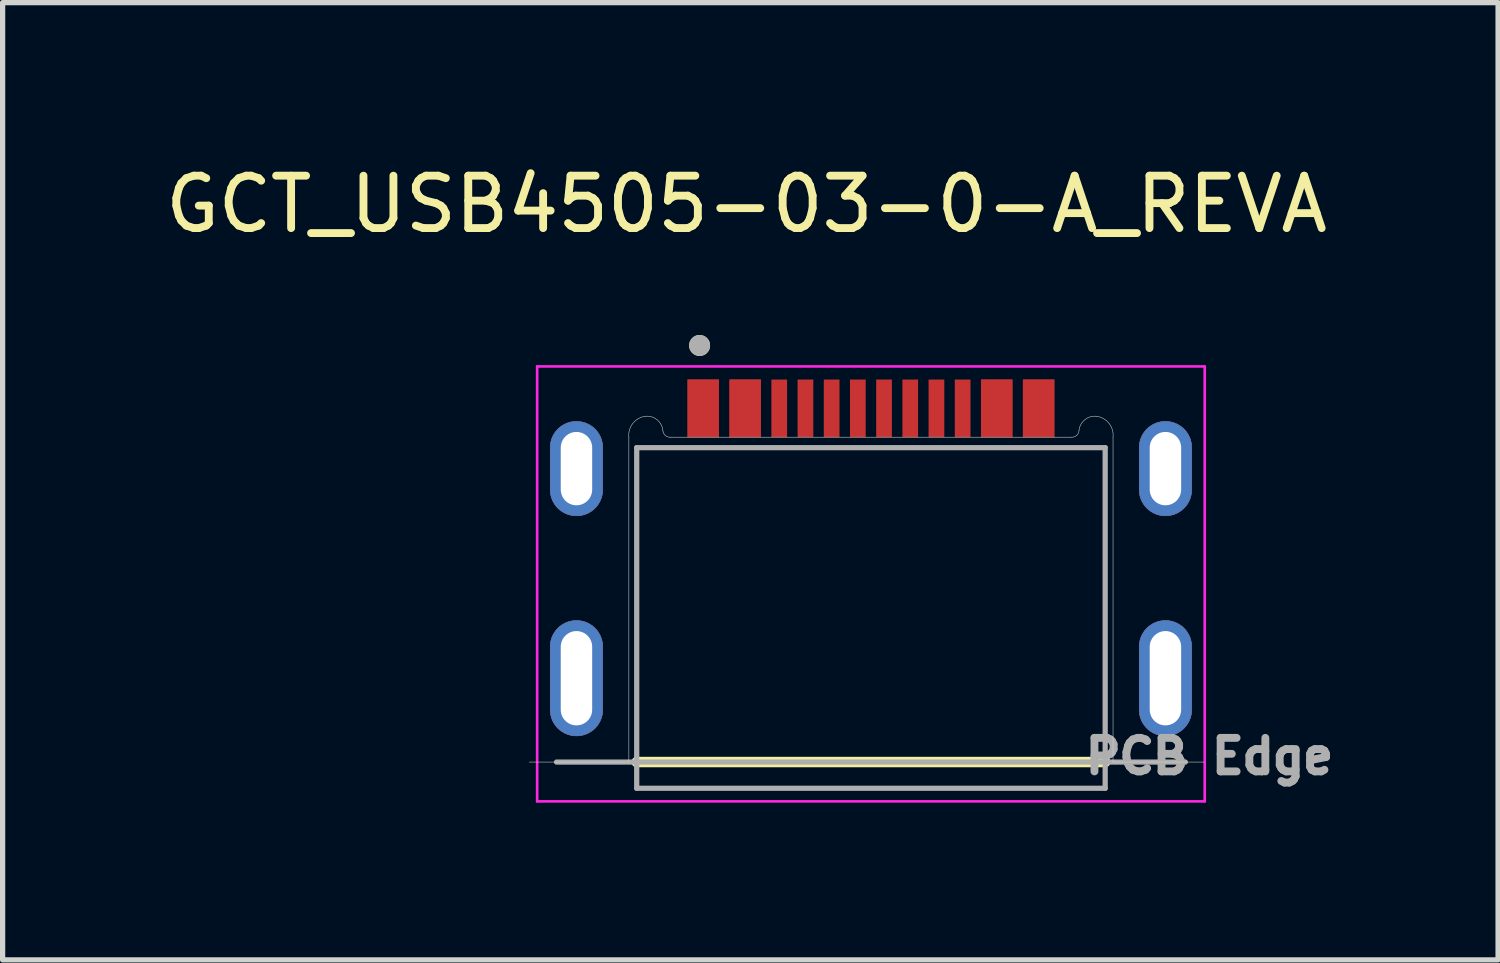
<source format=kicad_pcb>
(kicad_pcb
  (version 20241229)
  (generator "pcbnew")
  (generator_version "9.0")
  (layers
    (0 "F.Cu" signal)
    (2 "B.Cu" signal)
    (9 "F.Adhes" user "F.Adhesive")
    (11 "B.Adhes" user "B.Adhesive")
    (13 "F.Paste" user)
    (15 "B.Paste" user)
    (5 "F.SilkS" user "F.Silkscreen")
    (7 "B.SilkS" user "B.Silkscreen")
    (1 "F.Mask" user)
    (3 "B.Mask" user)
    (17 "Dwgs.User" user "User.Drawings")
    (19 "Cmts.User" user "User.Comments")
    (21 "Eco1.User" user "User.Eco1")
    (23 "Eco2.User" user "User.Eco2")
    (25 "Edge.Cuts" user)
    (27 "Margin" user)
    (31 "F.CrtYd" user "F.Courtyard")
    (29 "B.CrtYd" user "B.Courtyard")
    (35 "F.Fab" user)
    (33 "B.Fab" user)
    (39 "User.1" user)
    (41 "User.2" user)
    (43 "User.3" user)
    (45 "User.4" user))
  (footprint "GCT_USB4505-03-0-A_REVA"
    (layer "F.Cu")
    (at 13.571 9.893)
    (property "Reference" "GCT_USB4505-03-0-A_REVA" (at -2.375 -9.045 0) (layer "F.SilkS") (effects (font (size 1 1) (thickness 0.15))))
    (attr smd)
    (fp_poly (pts (xy -5.62 -3.1) (xy -5.646 -3.101) (xy -5.672 -3.103) (xy -5.698 -3.106) (xy -5.724 -3.111) (xy -5.749 -3.117) (xy -5.775 -3.124) (xy -5.799 -3.133) (xy -5.823 -3.143) (xy -5.847 -3.154) (xy -5.87 -3.167) (xy -5.892 -3.181) (xy -5.914 -3.195) (xy -5.935 -3.211) (xy -5.955 -3.228) (xy -5.974 -3.246) (xy -5.992 -3.265) (xy -6.009 -3.285) (xy -6.025 -3.306) (xy -6.039 -3.328) (xy -6.053 -3.35) (xy -6.066 -3.373) (xy -6.077 -3.397) (xy -6.087 -3.421) (xy -6.096 -3.445) (xy -6.103 -3.471) (xy -6.109 -3.496) (xy -6.114 -3.522) (xy -6.117 -3.548) (xy -6.119 -3.574) (xy -6.12 -3.6) (xy -6.12 -4.4) (xy -6.119 -4.426) (xy -6.117 -4.452) (xy -6.114 -4.478) (xy -6.109 -4.504) (xy -6.103 -4.529) (xy -6.096 -4.555) (xy -6.087 -4.579) (xy -6.077 -4.603) (xy -6.066 -4.627) (xy -6.053 -4.65) (xy -6.039 -4.672) (xy -6.025 -4.694) (xy -6.009 -4.715) (xy -5.992 -4.735) (xy -5.974 -4.754) (xy -5.955 -4.772) (xy -5.935 -4.789) (xy -5.914 -4.805) (xy -5.892 -4.819) (xy -5.87 -4.833) (xy -5.847 -4.846) (xy -5.823 -4.857) (xy -5.799 -4.867) (xy -5.775 -4.876) (xy -5.749 -4.883) (xy -5.724 -4.889) (xy -5.698 -4.894) (xy -5.672 -4.897) (xy -5.646 -4.899) (xy -5.62 -4.9) (xy -5.594 -4.899) (xy -5.568 -4.897) (xy -5.542 -4.894) (xy -5.516 -4.889) (xy -5.491 -4.883) (xy -5.465 -4.876) (xy -5.441 -4.867) (xy -5.417 -4.857) (xy -5.393 -4.846) (xy -5.37 -4.833) (xy -5.348 -4.819) (xy -5.326 -4.805) (xy -5.305 -4.789) (xy -5.285 -4.772) (xy -5.266 -4.754) (xy -5.248 -4.735) (xy -5.231 -4.715) (xy -5.215 -4.694) (xy -5.201 -4.672) (xy -5.187 -4.65) (xy -5.174 -4.627) (xy -5.163 -4.603) (xy -5.153 -4.579) (xy -5.144 -4.555) (xy -5.137 -4.529) (xy -5.131 -4.504) (xy -5.126 -4.478) (xy -5.123 -4.452) (xy -5.121 -4.426) (xy -5.12 -4.4) (xy -5.12 -3.6) (xy -5.121 -3.574) (xy -5.123 -3.548) (xy -5.126 -3.522) (xy -5.131 -3.496) (xy -5.137 -3.471) (xy -5.144 -3.445) (xy -5.153 -3.421) (xy -5.163 -3.397) (xy -5.174 -3.373) (xy -5.187 -3.35) (xy -5.201 -3.328) (xy -5.215 -3.306) (xy -5.231 -3.285) (xy -5.248 -3.265) (xy -5.266 -3.246) (xy -5.285 -3.228) (xy -5.305 -3.211) (xy -5.326 -3.195) (xy -5.348 -3.181) (xy -5.37 -3.167) (xy -5.393 -3.154) (xy -5.417 -3.143) (xy -5.441 -3.133) (xy -5.465 -3.124) (xy -5.491 -3.117) (xy -5.516 -3.111) (xy -5.542 -3.106) (xy -5.568 -3.103) (xy -5.594 -3.101) (xy -5.62 -3.1)) (stroke (width 0.01) (type solid)) (fill yes) (layer "F.Cu"))
    (fp_poly (pts (xy -5.62 1.1) (xy -5.646 1.099) (xy -5.672 1.097) (xy -5.698 1.094) (xy -5.724 1.089) (xy -5.749 1.083) (xy -5.775 1.076) (xy -5.799 1.067) (xy -5.823 1.057) (xy -5.847 1.046) (xy -5.87 1.033) (xy -5.892 1.019) (xy -5.914 1.005) (xy -5.935 0.989) (xy -5.955 0.972) (xy -5.974 0.954) (xy -5.992 0.935) (xy -6.009 0.915) (xy -6.025 0.894) (xy -6.039 0.872) (xy -6.053 0.85) (xy -6.066 0.827) (xy -6.077 0.803) (xy -6.087 0.779) (xy -6.096 0.755) (xy -6.103 0.729) (xy -6.109 0.704) (xy -6.114 0.678) (xy -6.117 0.652) (xy -6.119 0.626) (xy -6.12 0.6) (xy -6.12 -0.6) (xy -6.119 -0.626) (xy -6.117 -0.652) (xy -6.114 -0.678) (xy -6.109 -0.704) (xy -6.103 -0.729) (xy -6.096 -0.755) (xy -6.087 -0.779) (xy -6.077 -0.803) (xy -6.066 -0.827) (xy -6.053 -0.85) (xy -6.039 -0.872) (xy -6.025 -0.894) (xy -6.009 -0.915) (xy -5.992 -0.935) (xy -5.974 -0.954) (xy -5.955 -0.972) (xy -5.935 -0.989) (xy -5.914 -1.005) (xy -5.892 -1.019) (xy -5.87 -1.033) (xy -5.847 -1.046) (xy -5.823 -1.057) (xy -5.799 -1.067) (xy -5.775 -1.076) (xy -5.749 -1.083) (xy -5.724 -1.089) (xy -5.698 -1.094) (xy -5.672 -1.097) (xy -5.646 -1.099) (xy -5.62 -1.1) (xy -5.594 -1.099) (xy -5.568 -1.097) (xy -5.542 -1.094) (xy -5.516 -1.089) (xy -5.491 -1.083) (xy -5.465 -1.076) (xy -5.441 -1.067) (xy -5.417 -1.057) (xy -5.393 -1.046) (xy -5.37 -1.033) (xy -5.348 -1.019) (xy -5.326 -1.005) (xy -5.305 -0.989) (xy -5.285 -0.972) (xy -5.266 -0.954) (xy -5.248 -0.935) (xy -5.231 -0.915) (xy -5.215 -0.894) (xy -5.201 -0.872) (xy -5.187 -0.85) (xy -5.174 -0.827) (xy -5.163 -0.803) (xy -5.153 -0.779) (xy -5.144 -0.755) (xy -5.137 -0.729) (xy -5.131 -0.704) (xy -5.126 -0.678) (xy -5.123 -0.652) (xy -5.121 -0.626) (xy -5.12 -0.6) (xy -5.12 0.6) (xy -5.121 0.626) (xy -5.123 0.652) (xy -5.126 0.678) (xy -5.131 0.704) (xy -5.137 0.729) (xy -5.144 0.755) (xy -5.153 0.779) (xy -5.163 0.803) (xy -5.174 0.827) (xy -5.187 0.85) (xy -5.201 0.872) (xy -5.215 0.894) (xy -5.231 0.915) (xy -5.248 0.935) (xy -5.266 0.954) (xy -5.285 0.972) (xy -5.305 0.989) (xy -5.326 1.005) (xy -5.348 1.019) (xy -5.37 1.033) (xy -5.393 1.046) (xy -5.417 1.057) (xy -5.441 1.067) (xy -5.465 1.076) (xy -5.491 1.083) (xy -5.516 1.089) (xy -5.542 1.094) (xy -5.568 1.097) (xy -5.594 1.099) (xy -5.62 1.1)) (stroke (width 0.01) (type solid)) (fill yes) (layer "F.Cu"))
    (fp_poly (pts (xy 5.62 -3.1) (xy 5.594 -3.101) (xy 5.568 -3.103) (xy 5.542 -3.106) (xy 5.516 -3.111) (xy 5.491 -3.117) (xy 5.465 -3.124) (xy 5.441 -3.133) (xy 5.417 -3.143) (xy 5.393 -3.154) (xy 5.37 -3.167) (xy 5.348 -3.181) (xy 5.326 -3.195) (xy 5.305 -3.211) (xy 5.285 -3.228) (xy 5.266 -3.246) (xy 5.248 -3.265) (xy 5.231 -3.285) (xy 5.215 -3.306) (xy 5.201 -3.328) (xy 5.187 -3.35) (xy 5.174 -3.373) (xy 5.163 -3.397) (xy 5.153 -3.421) (xy 5.144 -3.445) (xy 5.137 -3.471) (xy 5.131 -3.496) (xy 5.126 -3.522) (xy 5.123 -3.548) (xy 5.121 -3.574) (xy 5.12 -3.6) (xy 5.12 -4.4) (xy 5.121 -4.426) (xy 5.123 -4.452) (xy 5.126 -4.478) (xy 5.131 -4.504) (xy 5.137 -4.529) (xy 5.144 -4.555) (xy 5.153 -4.579) (xy 5.163 -4.603) (xy 5.174 -4.627) (xy 5.187 -4.65) (xy 5.201 -4.672) (xy 5.215 -4.694) (xy 5.231 -4.715) (xy 5.248 -4.735) (xy 5.266 -4.754) (xy 5.285 -4.772) (xy 5.305 -4.789) (xy 5.326 -4.805) (xy 5.348 -4.819) (xy 5.37 -4.833) (xy 5.393 -4.846) (xy 5.417 -4.857) (xy 5.441 -4.867) (xy 5.465 -4.876) (xy 5.491 -4.883) (xy 5.516 -4.889) (xy 5.542 -4.894) (xy 5.568 -4.897) (xy 5.594 -4.899) (xy 5.62 -4.9) (xy 5.646 -4.899) (xy 5.672 -4.897) (xy 5.698 -4.894) (xy 5.724 -4.889) (xy 5.749 -4.883) (xy 5.775 -4.876) (xy 5.799 -4.867) (xy 5.823 -4.857) (xy 5.847 -4.846) (xy 5.87 -4.833) (xy 5.892 -4.819) (xy 5.914 -4.805) (xy 5.935 -4.789) (xy 5.955 -4.772) (xy 5.974 -4.754) (xy 5.992 -4.735) (xy 6.009 -4.715) (xy 6.025 -4.694) (xy 6.039 -4.672) (xy 6.053 -4.65) (xy 6.066 -4.627) (xy 6.077 -4.603) (xy 6.087 -4.579) (xy 6.096 -4.555) (xy 6.103 -4.529) (xy 6.109 -4.504) (xy 6.114 -4.478) (xy 6.117 -4.452) (xy 6.119 -4.426) (xy 6.12 -4.4) (xy 6.12 -3.6) (xy 6.119 -3.574) (xy 6.117 -3.548) (xy 6.114 -3.522) (xy 6.109 -3.496) (xy 6.103 -3.471) (xy 6.096 -3.445) (xy 6.087 -3.421) (xy 6.077 -3.397) (xy 6.066 -3.373) (xy 6.053 -3.35) (xy 6.039 -3.328) (xy 6.025 -3.306) (xy 6.009 -3.285) (xy 5.992 -3.265) (xy 5.974 -3.246) (xy 5.955 -3.228) (xy 5.935 -3.211) (xy 5.914 -3.195) (xy 5.892 -3.181) (xy 5.87 -3.167) (xy 5.847 -3.154) (xy 5.823 -3.143) (xy 5.799 -3.133) (xy 5.775 -3.124) (xy 5.749 -3.117) (xy 5.724 -3.111) (xy 5.698 -3.106) (xy 5.672 -3.103) (xy 5.646 -3.101) (xy 5.62 -3.1)) (stroke (width 0.01) (type solid)) (fill yes) (layer "F.Cu"))
    (fp_poly (pts (xy 5.62 1.1) (xy 5.594 1.099) (xy 5.568 1.097) (xy 5.542 1.094) (xy 5.516 1.089) (xy 5.491 1.083) (xy 5.465 1.076) (xy 5.441 1.067) (xy 5.417 1.057) (xy 5.393 1.046) (xy 5.37 1.033) (xy 5.348 1.019) (xy 5.326 1.005) (xy 5.305 0.989) (xy 5.285 0.972) (xy 5.266 0.954) (xy 5.248 0.935) (xy 5.231 0.915) (xy 5.215 0.894) (xy 5.201 0.872) (xy 5.187 0.85) (xy 5.174 0.827) (xy 5.163 0.803) (xy 5.153 0.779) (xy 5.144 0.755) (xy 5.137 0.729) (xy 5.131 0.704) (xy 5.126 0.678) (xy 5.123 0.652) (xy 5.121 0.626) (xy 5.12 0.6) (xy 5.12 -0.6) (xy 5.121 -0.626) (xy 5.123 -0.652) (xy 5.126 -0.678) (xy 5.131 -0.704) (xy 5.137 -0.729) (xy 5.144 -0.755) (xy 5.153 -0.779) (xy 5.163 -0.803) (xy 5.174 -0.827) (xy 5.187 -0.85) (xy 5.201 -0.872) (xy 5.215 -0.894) (xy 5.231 -0.915) (xy 5.248 -0.935) (xy 5.266 -0.954) (xy 5.285 -0.972) (xy 5.305 -0.989) (xy 5.326 -1.005) (xy 5.348 -1.019) (xy 5.37 -1.033) (xy 5.393 -1.046) (xy 5.417 -1.057) (xy 5.441 -1.067) (xy 5.465 -1.076) (xy 5.491 -1.083) (xy 5.516 -1.089) (xy 5.542 -1.094) (xy 5.568 -1.097) (xy 5.594 -1.099) (xy 5.62 -1.1) (xy 5.646 -1.099) (xy 5.672 -1.097) (xy 5.698 -1.094) (xy 5.724 -1.089) (xy 5.749 -1.083) (xy 5.775 -1.076) (xy 5.799 -1.067) (xy 5.823 -1.057) (xy 5.847 -1.046) (xy 5.87 -1.033) (xy 5.892 -1.019) (xy 5.914 -1.005) (xy 5.935 -0.989) (xy 5.955 -0.972) (xy 5.974 -0.954) (xy 5.992 -0.935) (xy 6.009 -0.915) (xy 6.025 -0.894) (xy 6.039 -0.872) (xy 6.053 -0.85) (xy 6.066 -0.827) (xy 6.077 -0.803) (xy 6.087 -0.779) (xy 6.096 -0.755) (xy 6.103 -0.729) (xy 6.109 -0.704) (xy 6.114 -0.678) (xy 6.117 -0.652) (xy 6.119 -0.626) (xy 6.12 -0.6) (xy 6.12 0.6) (xy 6.119 0.626) (xy 6.117 0.652) (xy 6.114 0.678) (xy 6.109 0.704) (xy 6.103 0.729) (xy 6.096 0.755) (xy 6.087 0.779) (xy 6.077 0.803) (xy 6.066 0.827) (xy 6.053 0.85) (xy 6.039 0.872) (xy 6.025 0.894) (xy 6.009 0.915) (xy 5.992 0.935) (xy 5.974 0.954) (xy 5.955 0.972) (xy 5.935 0.989) (xy 5.914 1.005) (xy 5.892 1.019) (xy 5.87 1.033) (xy 5.847 1.046) (xy 5.823 1.057) (xy 5.799 1.067) (xy 5.775 1.076) (xy 5.749 1.083) (xy 5.724 1.089) (xy 5.698 1.094) (xy 5.672 1.097) (xy 5.646 1.099) (xy 5.62 1.1)) (stroke (width 0.01) (type solid)) (fill yes) (layer "F.Cu"))
    (fp_poly (pts (xy -6.22 -3.6) (xy -6.22 -4.4) (xy -6.219 -4.431) (xy -6.217 -4.463) (xy -6.213 -4.494) (xy -6.207 -4.525) (xy -6.2 -4.555) (xy -6.191 -4.585) (xy -6.18 -4.615) (xy -6.168 -4.644) (xy -6.155 -4.672) (xy -6.14 -4.7) (xy -6.123 -4.727) (xy -6.105 -4.753) (xy -6.086 -4.778) (xy -6.066 -4.801) (xy -6.044 -4.824) (xy -6.021 -4.846) (xy -5.998 -4.866) (xy -5.973 -4.885) (xy -5.947 -4.903) (xy -5.92 -4.92) (xy -5.892 -4.935) (xy -5.864 -4.948) (xy -5.835 -4.96) (xy -5.805 -4.971) (xy -5.775 -4.98) (xy -5.745 -4.987) (xy -5.714 -4.993) (xy -5.683 -4.997) (xy -5.651 -4.999) (xy -5.62 -5) (xy -5.589 -4.999) (xy -5.557 -4.997) (xy -5.526 -4.993) (xy -5.495 -4.987) (xy -5.465 -4.98) (xy -5.435 -4.971) (xy -5.405 -4.96) (xy -5.376 -4.948) (xy -5.348 -4.935) (xy -5.32 -4.92) (xy -5.293 -4.903) (xy -5.267 -4.885) (xy -5.242 -4.866) (xy -5.219 -4.846) (xy -5.196 -4.824) (xy -5.174 -4.801) (xy -5.154 -4.778) (xy -5.135 -4.753) (xy -5.117 -4.727) (xy -5.1 -4.7) (xy -5.085 -4.672) (xy -5.072 -4.644) (xy -5.06 -4.615) (xy -5.049 -4.585) (xy -5.04 -4.555) (xy -5.033 -4.525) (xy -5.027 -4.494) (xy -5.023 -4.463) (xy -5.021 -4.431) (xy -5.02 -4.4) (xy -5.02 -3.6) (xy -5.021 -3.569) (xy -5.023 -3.537) (xy -5.027 -3.506) (xy -5.033 -3.475) (xy -5.04 -3.445) (xy -5.049 -3.415) (xy -5.06 -3.385) (xy -5.072 -3.356) (xy -5.085 -3.328) (xy -5.1 -3.3) (xy -5.117 -3.273) (xy -5.135 -3.247) (xy -5.154 -3.222) (xy -5.174 -3.199) (xy -5.196 -3.176) (xy -5.219 -3.154) (xy -5.242 -3.134) (xy -5.267 -3.115) (xy -5.293 -3.097) (xy -5.32 -3.08) (xy -5.348 -3.065) (xy -5.376 -3.052) (xy -5.405 -3.04) (xy -5.435 -3.029) (xy -5.465 -3.02) (xy -5.495 -3.013) (xy -5.526 -3.007) (xy -5.557 -3.003) (xy -5.589 -3.001) (xy -5.62 -3) (xy -5.651 -3.001) (xy -5.683 -3.003) (xy -5.714 -3.007) (xy -5.745 -3.013) (xy -5.775 -3.02) (xy -5.805 -3.029) (xy -5.835 -3.04) (xy -5.864 -3.052) (xy -5.892 -3.065) (xy -5.92 -3.08) (xy -5.947 -3.097) (xy -5.973 -3.115) (xy -5.998 -3.134) (xy -6.021 -3.154) (xy -6.044 -3.176) (xy -6.066 -3.199) (xy -6.086 -3.222) (xy -6.105 -3.247) (xy -6.123 -3.273) (xy -6.14 -3.3) (xy -6.155 -3.328) (xy -6.168 -3.356) (xy -6.18 -3.385) (xy -6.191 -3.415) (xy -6.2 -3.445) (xy -6.207 -3.475) (xy -6.213 -3.506) (xy -6.217 -3.537) (xy -6.219 -3.569) (xy -6.22 -3.6)) (stroke (width 0.01) (type solid)) (fill yes) (layer "F.Mask"))
    (fp_poly (pts (xy -6.22 0.6) (xy -6.22 -0.6) (xy -6.219 -0.631) (xy -6.217 -0.663) (xy -6.213 -0.694) (xy -6.207 -0.725) (xy -6.2 -0.755) (xy -6.191 -0.785) (xy -6.18 -0.815) (xy -6.168 -0.844) (xy -6.155 -0.872) (xy -6.14 -0.9) (xy -6.123 -0.927) (xy -6.105 -0.953) (xy -6.086 -0.978) (xy -6.066 -1.001) (xy -6.044 -1.024) (xy -6.021 -1.046) (xy -5.998 -1.066) (xy -5.973 -1.085) (xy -5.947 -1.103) (xy -5.92 -1.12) (xy -5.892 -1.135) (xy -5.864 -1.148) (xy -5.835 -1.16) (xy -5.805 -1.171) (xy -5.775 -1.18) (xy -5.745 -1.187) (xy -5.714 -1.193) (xy -5.683 -1.197) (xy -5.651 -1.199) (xy -5.62 -1.2) (xy -5.589 -1.199) (xy -5.557 -1.197) (xy -5.526 -1.193) (xy -5.495 -1.187) (xy -5.465 -1.18) (xy -5.435 -1.171) (xy -5.405 -1.16) (xy -5.376 -1.148) (xy -5.348 -1.135) (xy -5.32 -1.12) (xy -5.293 -1.103) (xy -5.267 -1.085) (xy -5.242 -1.066) (xy -5.219 -1.046) (xy -5.196 -1.024) (xy -5.174 -1.001) (xy -5.154 -0.978) (xy -5.135 -0.953) (xy -5.117 -0.927) (xy -5.1 -0.9) (xy -5.085 -0.872) (xy -5.072 -0.844) (xy -5.06 -0.815) (xy -5.049 -0.785) (xy -5.04 -0.755) (xy -5.033 -0.725) (xy -5.027 -0.694) (xy -5.023 -0.663) (xy -5.021 -0.631) (xy -5.02 -0.6) (xy -5.02 0.6) (xy -5.021 0.631) (xy -5.023 0.663) (xy -5.027 0.694) (xy -5.033 0.725) (xy -5.04 0.755) (xy -5.049 0.785) (xy -5.06 0.815) (xy -5.072 0.844) (xy -5.085 0.872) (xy -5.1 0.9) (xy -5.117 0.927) (xy -5.135 0.953) (xy -5.154 0.978) (xy -5.174 1.001) (xy -5.196 1.024) (xy -5.219 1.046) (xy -5.242 1.066) (xy -5.267 1.085) (xy -5.293 1.103) (xy -5.32 1.12) (xy -5.348 1.135) (xy -5.376 1.148) (xy -5.405 1.16) (xy -5.435 1.171) (xy -5.465 1.18) (xy -5.495 1.187) (xy -5.526 1.193) (xy -5.557 1.197) (xy -5.589 1.199) (xy -5.62 1.2) (xy -5.651 1.199) (xy -5.683 1.197) (xy -5.714 1.193) (xy -5.745 1.187) (xy -5.775 1.18) (xy -5.805 1.171) (xy -5.835 1.16) (xy -5.864 1.148) (xy -5.892 1.135) (xy -5.92 1.12) (xy -5.947 1.103) (xy -5.973 1.085) (xy -5.998 1.066) (xy -6.021 1.046) (xy -6.044 1.024) (xy -6.066 1.001) (xy -6.086 0.978) (xy -6.105 0.953) (xy -6.123 0.927) (xy -6.14 0.9) (xy -6.155 0.872) (xy -6.168 0.844) (xy -6.18 0.815) (xy -6.191 0.785) (xy -6.2 0.755) (xy -6.207 0.725) (xy -6.213 0.694) (xy -6.217 0.663) (xy -6.219 0.631) (xy -6.22 0.6)) (stroke (width 0.01) (type solid)) (fill yes) (layer "F.Mask"))
    (fp_poly (pts (xy 5.02 -3.6) (xy 5.02 -4.4) (xy 5.021 -4.431) (xy 5.023 -4.463) (xy 5.027 -4.494) (xy 5.033 -4.525) (xy 5.04 -4.555) (xy 5.049 -4.585) (xy 5.06 -4.615) (xy 5.072 -4.644) (xy 5.085 -4.672) (xy 5.1 -4.7) (xy 5.117 -4.727) (xy 5.135 -4.753) (xy 5.154 -4.778) (xy 5.174 -4.801) (xy 5.196 -4.824) (xy 5.219 -4.846) (xy 5.242 -4.866) (xy 5.267 -4.885) (xy 5.293 -4.903) (xy 5.32 -4.92) (xy 5.348 -4.935) (xy 5.376 -4.948) (xy 5.405 -4.96) (xy 5.435 -4.971) (xy 5.465 -4.98) (xy 5.495 -4.987) (xy 5.526 -4.993) (xy 5.557 -4.997) (xy 5.589 -4.999) (xy 5.62 -5) (xy 5.651 -4.999) (xy 5.683 -4.997) (xy 5.714 -4.993) (xy 5.745 -4.987) (xy 5.775 -4.98) (xy 5.805 -4.971) (xy 5.835 -4.96) (xy 5.864 -4.948) (xy 5.892 -4.935) (xy 5.92 -4.92) (xy 5.947 -4.903) (xy 5.973 -4.885) (xy 5.998 -4.866) (xy 6.021 -4.846) (xy 6.044 -4.824) (xy 6.066 -4.801) (xy 6.086 -4.778) (xy 6.105 -4.753) (xy 6.123 -4.727) (xy 6.14 -4.7) (xy 6.155 -4.672) (xy 6.168 -4.644) (xy 6.18 -4.615) (xy 6.191 -4.585) (xy 6.2 -4.555) (xy 6.207 -4.525) (xy 6.213 -4.494) (xy 6.217 -4.463) (xy 6.219 -4.431) (xy 6.22 -4.4) (xy 6.22 -3.6) (xy 6.219 -3.569) (xy 6.217 -3.537) (xy 6.213 -3.506) (xy 6.207 -3.475) (xy 6.2 -3.445) (xy 6.191 -3.415) (xy 6.18 -3.385) (xy 6.168 -3.356) (xy 6.155 -3.328) (xy 6.14 -3.3) (xy 6.123 -3.273) (xy 6.105 -3.247) (xy 6.086 -3.222) (xy 6.066 -3.199) (xy 6.044 -3.176) (xy 6.021 -3.154) (xy 5.998 -3.134) (xy 5.973 -3.115) (xy 5.947 -3.097) (xy 5.92 -3.08) (xy 5.892 -3.065) (xy 5.864 -3.052) (xy 5.835 -3.04) (xy 5.805 -3.029) (xy 5.775 -3.02) (xy 5.745 -3.013) (xy 5.714 -3.007) (xy 5.683 -3.003) (xy 5.651 -3.001) (xy 5.62 -3) (xy 5.589 -3.001) (xy 5.557 -3.003) (xy 5.526 -3.007) (xy 5.495 -3.013) (xy 5.465 -3.02) (xy 5.435 -3.029) (xy 5.405 -3.04) (xy 5.376 -3.052) (xy 5.348 -3.065) (xy 5.32 -3.08) (xy 5.293 -3.097) (xy 5.267 -3.115) (xy 5.242 -3.134) (xy 5.219 -3.154) (xy 5.196 -3.176) (xy 5.174 -3.199) (xy 5.154 -3.222) (xy 5.135 -3.247) (xy 5.117 -3.273) (xy 5.1 -3.3) (xy 5.085 -3.328) (xy 5.072 -3.356) (xy 5.06 -3.385) (xy 5.049 -3.415) (xy 5.04 -3.445) (xy 5.033 -3.475) (xy 5.027 -3.506) (xy 5.023 -3.537) (xy 5.021 -3.569) (xy 5.02 -3.6)) (stroke (width 0.01) (type solid)) (fill yes) (layer "F.Mask"))
    (fp_poly (pts (xy 5.02 0) (xy 5.02 -0.6) (xy 5.021 -0.631) (xy 5.023 -0.663) (xy 5.027 -0.694) (xy 5.033 -0.725) (xy 5.04 -0.755) (xy 5.049 -0.785) (xy 5.06 -0.815) (xy 5.072 -0.844) (xy 5.085 -0.872) (xy 5.1 -0.9) (xy 5.117 -0.927) (xy 5.135 -0.953) (xy 5.154 -0.978) (xy 5.174 -1.001) (xy 5.196 -1.024) (xy 5.219 -1.046) (xy 5.242 -1.066) (xy 5.267 -1.085) (xy 5.293 -1.103) (xy 5.32 -1.12) (xy 5.348 -1.135) (xy 5.376 -1.148) (xy 5.405 -1.16) (xy 5.435 -1.171) (xy 5.465 -1.18) (xy 5.495 -1.187) (xy 5.526 -1.193) (xy 5.557 -1.197) (xy 5.589 -1.199) (xy 5.62 -1.2) (xy 5.651 -1.199) (xy 5.683 -1.197) (xy 5.714 -1.193) (xy 5.745 -1.187) (xy 5.775 -1.18) (xy 5.805 -1.171) (xy 5.835 -1.16) (xy 5.864 -1.148) (xy 5.892 -1.135) (xy 5.92 -1.12) (xy 5.947 -1.103) (xy 5.973 -1.085) (xy 5.998 -1.066) (xy 6.021 -1.046) (xy 6.044 -1.024) (xy 6.066 -1.001) (xy 6.086 -0.978) (xy 6.105 -0.953) (xy 6.123 -0.927) (xy 6.14 -0.9) (xy 6.155 -0.872) (xy 6.168 -0.844) (xy 6.18 -0.815) (xy 6.191 -0.785) (xy 6.2 -0.755) (xy 6.207 -0.725) (xy 6.213 -0.694) (xy 6.217 -0.663) (xy 6.219 -0.631) (xy 6.22 -0.6) (xy 6.22 0) (xy 6.22 0.6) (xy 6.219 0.631) (xy 6.217 0.663) (xy 6.213 0.694) (xy 6.207 0.725) (xy 6.2 0.755) (xy 6.191 0.785) (xy 6.18 0.815) (xy 6.168 0.844) (xy 6.155 0.872) (xy 6.14 0.9) (xy 6.123 0.927) (xy 6.105 0.953) (xy 6.086 0.978) (xy 6.066 1.001) (xy 6.044 1.024) (xy 6.021 1.046) (xy 5.998 1.066) (xy 5.973 1.085) (xy 5.947 1.103) (xy 5.92 1.12) (xy 5.892 1.135) (xy 5.864 1.148) (xy 5.835 1.16) (xy 5.805 1.171) (xy 5.775 1.18) (xy 5.745 1.187) (xy 5.714 1.193) (xy 5.683 1.197) (xy 5.651 1.199) (xy 5.62 1.2) (xy 5.589 1.199) (xy 5.557 1.197) (xy 5.526 1.193) (xy 5.495 1.187) (xy 5.465 1.18) (xy 5.435 1.171) (xy 5.405 1.16) (xy 5.376 1.148) (xy 5.348 1.135) (xy 5.32 1.12) (xy 5.293 1.103) (xy 5.267 1.085) (xy 5.242 1.066) (xy 5.219 1.046) (xy 5.196 1.024) (xy 5.174 1.001) (xy 5.154 0.978) (xy 5.135 0.953) (xy 5.117 0.927) (xy 5.1 0.9) (xy 5.085 0.872) (xy 5.072 0.844) (xy 5.06 0.815) (xy 5.049 0.785) (xy 5.04 0.755) (xy 5.033 0.725) (xy 5.027 0.694) (xy 5.023 0.663) (xy 5.021 0.631) (xy 5.02 0.6) (xy 5.02 0)) (stroke (width 0.01) (type solid)) (fill yes) (layer "F.Mask"))
    (fp_poly (pts (xy -5.62 -3.1) (xy -5.646 -3.101) (xy -5.672 -3.103) (xy -5.698 -3.106) (xy -5.724 -3.111) (xy -5.749 -3.117) (xy -5.775 -3.124) (xy -5.799 -3.133) (xy -5.823 -3.143) (xy -5.847 -3.154) (xy -5.87 -3.167) (xy -5.892 -3.181) (xy -5.914 -3.195) (xy -5.935 -3.211) (xy -5.955 -3.228) (xy -5.974 -3.246) (xy -5.992 -3.265) (xy -6.009 -3.285) (xy -6.025 -3.306) (xy -6.039 -3.328) (xy -6.053 -3.35) (xy -6.066 -3.373) (xy -6.077 -3.397) (xy -6.087 -3.421) (xy -6.096 -3.445) (xy -6.103 -3.471) (xy -6.109 -3.496) (xy -6.114 -3.522) (xy -6.117 -3.548) (xy -6.119 -3.574) (xy -6.12 -3.6) (xy -6.12 -4.4) (xy -6.119 -4.426) (xy -6.117 -4.452) (xy -6.114 -4.478) (xy -6.109 -4.504) (xy -6.103 -4.529) (xy -6.096 -4.555) (xy -6.087 -4.579) (xy -6.077 -4.603) (xy -6.066 -4.627) (xy -6.053 -4.65) (xy -6.039 -4.672) (xy -6.025 -4.694) (xy -6.009 -4.715) (xy -5.992 -4.735) (xy -5.974 -4.754) (xy -5.955 -4.772) (xy -5.935 -4.789) (xy -5.914 -4.805) (xy -5.892 -4.819) (xy -5.87 -4.833) (xy -5.847 -4.846) (xy -5.823 -4.857) (xy -5.799 -4.867) (xy -5.775 -4.876) (xy -5.749 -4.883) (xy -5.724 -4.889) (xy -5.698 -4.894) (xy -5.672 -4.897) (xy -5.646 -4.899) (xy -5.62 -4.9) (xy -5.594 -4.899) (xy -5.568 -4.897) (xy -5.542 -4.894) (xy -5.516 -4.889) (xy -5.491 -4.883) (xy -5.465 -4.876) (xy -5.441 -4.867) (xy -5.417 -4.857) (xy -5.393 -4.846) (xy -5.37 -4.833) (xy -5.348 -4.819) (xy -5.326 -4.805) (xy -5.305 -4.789) (xy -5.285 -4.772) (xy -5.266 -4.754) (xy -5.248 -4.735) (xy -5.231 -4.715) (xy -5.215 -4.694) (xy -5.201 -4.672) (xy -5.187 -4.65) (xy -5.174 -4.627) (xy -5.163 -4.603) (xy -5.153 -4.579) (xy -5.144 -4.555) (xy -5.137 -4.529) (xy -5.131 -4.504) (xy -5.126 -4.478) (xy -5.123 -4.452) (xy -5.121 -4.426) (xy -5.12 -4.4) (xy -5.12 -3.6) (xy -5.121 -3.574) (xy -5.123 -3.548) (xy -5.126 -3.522) (xy -5.131 -3.496) (xy -5.137 -3.471) (xy -5.144 -3.445) (xy -5.153 -3.421) (xy -5.163 -3.397) (xy -5.174 -3.373) (xy -5.187 -3.35) (xy -5.201 -3.328) (xy -5.215 -3.306) (xy -5.231 -3.285) (xy -5.248 -3.265) (xy -5.266 -3.246) (xy -5.285 -3.228) (xy -5.305 -3.211) (xy -5.326 -3.195) (xy -5.348 -3.181) (xy -5.37 -3.167) (xy -5.393 -3.154) (xy -5.417 -3.143) (xy -5.441 -3.133) (xy -5.465 -3.124) (xy -5.491 -3.117) (xy -5.516 -3.111) (xy -5.542 -3.106) (xy -5.568 -3.103) (xy -5.594 -3.101) (xy -5.62 -3.1)) (stroke (width 0.01) (type solid)) (fill yes) (layer "B.Cu"))
    (fp_poly (pts (xy -5.62 1.1) (xy -5.646 1.099) (xy -5.672 1.097) (xy -5.698 1.094) (xy -5.724 1.089) (xy -5.749 1.083) (xy -5.775 1.076) (xy -5.799 1.067) (xy -5.823 1.057) (xy -5.847 1.046) (xy -5.87 1.033) (xy -5.892 1.019) (xy -5.914 1.005) (xy -5.935 0.989) (xy -5.955 0.972) (xy -5.974 0.954) (xy -5.992 0.935) (xy -6.009 0.915) (xy -6.025 0.894) (xy -6.039 0.872) (xy -6.053 0.85) (xy -6.066 0.827) (xy -6.077 0.803) (xy -6.087 0.779) (xy -6.096 0.755) (xy -6.103 0.729) (xy -6.109 0.704) (xy -6.114 0.678) (xy -6.117 0.652) (xy -6.119 0.626) (xy -6.12 0.6) (xy -6.12 -0.6) (xy -6.119 -0.626) (xy -6.117 -0.652) (xy -6.114 -0.678) (xy -6.109 -0.704) (xy -6.103 -0.729) (xy -6.096 -0.755) (xy -6.087 -0.779) (xy -6.077 -0.803) (xy -6.066 -0.827) (xy -6.053 -0.85) (xy -6.039 -0.872) (xy -6.025 -0.894) (xy -6.009 -0.915) (xy -5.992 -0.935) (xy -5.974 -0.954) (xy -5.955 -0.972) (xy -5.935 -0.989) (xy -5.914 -1.005) (xy -5.892 -1.019) (xy -5.87 -1.033) (xy -5.847 -1.046) (xy -5.823 -1.057) (xy -5.799 -1.067) (xy -5.775 -1.076) (xy -5.749 -1.083) (xy -5.724 -1.089) (xy -5.698 -1.094) (xy -5.672 -1.097) (xy -5.646 -1.099) (xy -5.62 -1.1) (xy -5.594 -1.099) (xy -5.568 -1.097) (xy -5.542 -1.094) (xy -5.516 -1.089) (xy -5.491 -1.083) (xy -5.465 -1.076) (xy -5.441 -1.067) (xy -5.417 -1.057) (xy -5.393 -1.046) (xy -5.37 -1.033) (xy -5.348 -1.019) (xy -5.326 -1.005) (xy -5.305 -0.989) (xy -5.285 -0.972) (xy -5.266 -0.954) (xy -5.248 -0.935) (xy -5.231 -0.915) (xy -5.215 -0.894) (xy -5.201 -0.872) (xy -5.187 -0.85) (xy -5.174 -0.827) (xy -5.163 -0.803) (xy -5.153 -0.779) (xy -5.144 -0.755) (xy -5.137 -0.729) (xy -5.131 -0.704) (xy -5.126 -0.678) (xy -5.123 -0.652) (xy -5.121 -0.626) (xy -5.12 -0.6) (xy -5.12 0.6) (xy -5.121 0.626) (xy -5.123 0.652) (xy -5.126 0.678) (xy -5.131 0.704) (xy -5.137 0.729) (xy -5.144 0.755) (xy -5.153 0.779) (xy -5.163 0.803) (xy -5.174 0.827) (xy -5.187 0.85) (xy -5.201 0.872) (xy -5.215 0.894) (xy -5.231 0.915) (xy -5.248 0.935) (xy -5.266 0.954) (xy -5.285 0.972) (xy -5.305 0.989) (xy -5.326 1.005) (xy -5.348 1.019) (xy -5.37 1.033) (xy -5.393 1.046) (xy -5.417 1.057) (xy -5.441 1.067) (xy -5.465 1.076) (xy -5.491 1.083) (xy -5.516 1.089) (xy -5.542 1.094) (xy -5.568 1.097) (xy -5.594 1.099) (xy -5.62 1.1)) (stroke (width 0.01) (type solid)) (fill yes) (layer "B.Cu"))
    (fp_poly (pts (xy 5.62 -3.1) (xy 5.594 -3.101) (xy 5.568 -3.103) (xy 5.542 -3.106) (xy 5.516 -3.111) (xy 5.491 -3.117) (xy 5.465 -3.124) (xy 5.441 -3.133) (xy 5.417 -3.143) (xy 5.393 -3.154) (xy 5.37 -3.167) (xy 5.348 -3.181) (xy 5.326 -3.195) (xy 5.305 -3.211) (xy 5.285 -3.228) (xy 5.266 -3.246) (xy 5.248 -3.265) (xy 5.231 -3.285) (xy 5.215 -3.306) (xy 5.201 -3.328) (xy 5.187 -3.35) (xy 5.174 -3.373) (xy 5.163 -3.397) (xy 5.153 -3.421) (xy 5.144 -3.445) (xy 5.137 -3.471) (xy 5.131 -3.496) (xy 5.126 -3.522) (xy 5.123 -3.548) (xy 5.121 -3.574) (xy 5.12 -3.6) (xy 5.12 -4.4) (xy 5.121 -4.426) (xy 5.123 -4.452) (xy 5.126 -4.478) (xy 5.131 -4.504) (xy 5.137 -4.529) (xy 5.144 -4.555) (xy 5.153 -4.579) (xy 5.163 -4.603) (xy 5.174 -4.627) (xy 5.187 -4.65) (xy 5.201 -4.672) (xy 5.215 -4.694) (xy 5.231 -4.715) (xy 5.248 -4.735) (xy 5.266 -4.754) (xy 5.285 -4.772) (xy 5.305 -4.789) (xy 5.326 -4.805) (xy 5.348 -4.819) (xy 5.37 -4.833) (xy 5.393 -4.846) (xy 5.417 -4.857) (xy 5.441 -4.867) (xy 5.465 -4.876) (xy 5.491 -4.883) (xy 5.516 -4.889) (xy 5.542 -4.894) (xy 5.568 -4.897) (xy 5.594 -4.899) (xy 5.62 -4.9) (xy 5.646 -4.899) (xy 5.672 -4.897) (xy 5.698 -4.894) (xy 5.724 -4.889) (xy 5.749 -4.883) (xy 5.775 -4.876) (xy 5.799 -4.867) (xy 5.823 -4.857) (xy 5.847 -4.846) (xy 5.87 -4.833) (xy 5.892 -4.819) (xy 5.914 -4.805) (xy 5.935 -4.789) (xy 5.955 -4.772) (xy 5.974 -4.754) (xy 5.992 -4.735) (xy 6.009 -4.715) (xy 6.025 -4.694) (xy 6.039 -4.672) (xy 6.053 -4.65) (xy 6.066 -4.627) (xy 6.077 -4.603) (xy 6.087 -4.579) (xy 6.096 -4.555) (xy 6.103 -4.529) (xy 6.109 -4.504) (xy 6.114 -4.478) (xy 6.117 -4.452) (xy 6.119 -4.426) (xy 6.12 -4.4) (xy 6.12 -3.6) (xy 6.119 -3.574) (xy 6.117 -3.548) (xy 6.114 -3.522) (xy 6.109 -3.496) (xy 6.103 -3.471) (xy 6.096 -3.445) (xy 6.087 -3.421) (xy 6.077 -3.397) (xy 6.066 -3.373) (xy 6.053 -3.35) (xy 6.039 -3.328) (xy 6.025 -3.306) (xy 6.009 -3.285) (xy 5.992 -3.265) (xy 5.974 -3.246) (xy 5.955 -3.228) (xy 5.935 -3.211) (xy 5.914 -3.195) (xy 5.892 -3.181) (xy 5.87 -3.167) (xy 5.847 -3.154) (xy 5.823 -3.143) (xy 5.799 -3.133) (xy 5.775 -3.124) (xy 5.749 -3.117) (xy 5.724 -3.111) (xy 5.698 -3.106) (xy 5.672 -3.103) (xy 5.646 -3.101) (xy 5.62 -3.1)) (stroke (width 0.01) (type solid)) (fill yes) (layer "B.Cu"))
    (fp_poly (pts (xy 5.62 1.1) (xy 5.594 1.099) (xy 5.568 1.097) (xy 5.542 1.094) (xy 5.516 1.089) (xy 5.491 1.083) (xy 5.465 1.076) (xy 5.441 1.067) (xy 5.417 1.057) (xy 5.393 1.046) (xy 5.37 1.033) (xy 5.348 1.019) (xy 5.326 1.005) (xy 5.305 0.989) (xy 5.285 0.972) (xy 5.266 0.954) (xy 5.248 0.935) (xy 5.231 0.915) (xy 5.215 0.894) (xy 5.201 0.872) (xy 5.187 0.85) (xy 5.174 0.827) (xy 5.163 0.803) (xy 5.153 0.779) (xy 5.144 0.755) (xy 5.137 0.729) (xy 5.131 0.704) (xy 5.126 0.678) (xy 5.123 0.652) (xy 5.121 0.626) (xy 5.12 0.6) (xy 5.12 -0.6) (xy 5.121 -0.626) (xy 5.123 -0.652) (xy 5.126 -0.678) (xy 5.131 -0.704) (xy 5.137 -0.729) (xy 5.144 -0.755) (xy 5.153 -0.779) (xy 5.163 -0.803) (xy 5.174 -0.827) (xy 5.187 -0.85) (xy 5.201 -0.872) (xy 5.215 -0.894) (xy 5.231 -0.915) (xy 5.248 -0.935) (xy 5.266 -0.954) (xy 5.285 -0.972) (xy 5.305 -0.989) (xy 5.326 -1.005) (xy 5.348 -1.019) (xy 5.37 -1.033) (xy 5.393 -1.046) (xy 5.417 -1.057) (xy 5.441 -1.067) (xy 5.465 -1.076) (xy 5.491 -1.083) (xy 5.516 -1.089) (xy 5.542 -1.094) (xy 5.568 -1.097) (xy 5.594 -1.099) (xy 5.62 -1.1) (xy 5.646 -1.099) (xy 5.672 -1.097) (xy 5.698 -1.094) (xy 5.724 -1.089) (xy 5.749 -1.083) (xy 5.775 -1.076) (xy 5.799 -1.067) (xy 5.823 -1.057) (xy 5.847 -1.046) (xy 5.87 -1.033) (xy 5.892 -1.019) (xy 5.914 -1.005) (xy 5.935 -0.989) (xy 5.955 -0.972) (xy 5.974 -0.954) (xy 5.992 -0.935) (xy 6.009 -0.915) (xy 6.025 -0.894) (xy 6.039 -0.872) (xy 6.053 -0.85) (xy 6.066 -0.827) (xy 6.077 -0.803) (xy 6.087 -0.779) (xy 6.096 -0.755) (xy 6.103 -0.729) (xy 6.109 -0.704) (xy 6.114 -0.678) (xy 6.117 -0.652) (xy 6.119 -0.626) (xy 6.12 -0.6) (xy 6.12 0.6) (xy 6.119 0.626) (xy 6.117 0.652) (xy 6.114 0.678) (xy 6.109 0.704) (xy 6.103 0.729) (xy 6.096 0.755) (xy 6.087 0.779) (xy 6.077 0.803) (xy 6.066 0.827) (xy 6.053 0.85) (xy 6.039 0.872) (xy 6.025 0.894) (xy 6.009 0.915) (xy 5.992 0.935) (xy 5.974 0.954) (xy 5.955 0.972) (xy 5.935 0.989) (xy 5.914 1.005) (xy 5.892 1.019) (xy 5.87 1.033) (xy 5.847 1.046) (xy 5.823 1.057) (xy 5.799 1.067) (xy 5.775 1.076) (xy 5.749 1.083) (xy 5.724 1.089) (xy 5.698 1.094) (xy 5.672 1.097) (xy 5.646 1.099) (xy 5.62 1.1)) (stroke (width 0.01) (type solid)) (fill yes) (layer "B.Cu"))
    (fp_poly (pts (xy -6.22 -3.6) (xy -6.22 -4.4) (xy -6.219 -4.431) (xy -6.217 -4.463) (xy -6.213 -4.494) (xy -6.207 -4.525) (xy -6.2 -4.555) (xy -6.191 -4.585) (xy -6.18 -4.615) (xy -6.168 -4.644) (xy -6.155 -4.672) (xy -6.14 -4.7) (xy -6.123 -4.727) (xy -6.105 -4.753) (xy -6.086 -4.778) (xy -6.066 -4.801) (xy -6.044 -4.824) (xy -6.021 -4.846) (xy -5.998 -4.866) (xy -5.973 -4.885) (xy -5.947 -4.903) (xy -5.92 -4.92) (xy -5.892 -4.935) (xy -5.864 -4.948) (xy -5.835 -4.96) (xy -5.805 -4.971) (xy -5.775 -4.98) (xy -5.745 -4.987) (xy -5.714 -4.993) (xy -5.683 -4.997) (xy -5.651 -4.999) (xy -5.62 -5) (xy -5.589 -4.999) (xy -5.557 -4.997) (xy -5.526 -4.993) (xy -5.495 -4.987) (xy -5.465 -4.98) (xy -5.435 -4.971) (xy -5.405 -4.96) (xy -5.376 -4.948) (xy -5.348 -4.935) (xy -5.32 -4.92) (xy -5.293 -4.903) (xy -5.267 -4.885) (xy -5.242 -4.866) (xy -5.219 -4.846) (xy -5.196 -4.824) (xy -5.174 -4.801) (xy -5.154 -4.778) (xy -5.135 -4.753) (xy -5.117 -4.727) (xy -5.1 -4.7) (xy -5.085 -4.672) (xy -5.072 -4.644) (xy -5.06 -4.615) (xy -5.049 -4.585) (xy -5.04 -4.555) (xy -5.033 -4.525) (xy -5.027 -4.494) (xy -5.023 -4.463) (xy -5.021 -4.431) (xy -5.02 -4.4) (xy -5.02 -3.6) (xy -5.021 -3.569) (xy -5.023 -3.537) (xy -5.027 -3.506) (xy -5.033 -3.475) (xy -5.04 -3.445) (xy -5.049 -3.415) (xy -5.06 -3.385) (xy -5.072 -3.356) (xy -5.085 -3.328) (xy -5.1 -3.3) (xy -5.117 -3.273) (xy -5.135 -3.247) (xy -5.154 -3.222) (xy -5.174 -3.199) (xy -5.196 -3.176) (xy -5.219 -3.154) (xy -5.242 -3.134) (xy -5.267 -3.115) (xy -5.293 -3.097) (xy -5.32 -3.08) (xy -5.348 -3.065) (xy -5.376 -3.052) (xy -5.405 -3.04) (xy -5.435 -3.029) (xy -5.465 -3.02) (xy -5.495 -3.013) (xy -5.526 -3.007) (xy -5.557 -3.003) (xy -5.589 -3.001) (xy -5.62 -3) (xy -5.651 -3.001) (xy -5.683 -3.003) (xy -5.714 -3.007) (xy -5.745 -3.013) (xy -5.775 -3.02) (xy -5.805 -3.029) (xy -5.835 -3.04) (xy -5.864 -3.052) (xy -5.892 -3.065) (xy -5.92 -3.08) (xy -5.947 -3.097) (xy -5.973 -3.115) (xy -5.998 -3.134) (xy -6.021 -3.154) (xy -6.044 -3.176) (xy -6.066 -3.199) (xy -6.086 -3.222) (xy -6.105 -3.247) (xy -6.123 -3.273) (xy -6.14 -3.3) (xy -6.155 -3.328) (xy -6.168 -3.356) (xy -6.18 -3.385) (xy -6.191 -3.415) (xy -6.2 -3.445) (xy -6.207 -3.475) (xy -6.213 -3.506) (xy -6.217 -3.537) (xy -6.219 -3.569) (xy -6.22 -3.6)) (stroke (width 0.01) (type solid)) (fill yes) (layer "B.Mask"))
    (fp_poly (pts (xy -6.22 0.6) (xy -6.22 -0.6) (xy -6.219 -0.631) (xy -6.217 -0.663) (xy -6.213 -0.694) (xy -6.207 -0.725) (xy -6.2 -0.755) (xy -6.191 -0.785) (xy -6.18 -0.815) (xy -6.168 -0.844) (xy -6.155 -0.872) (xy -6.14 -0.9) (xy -6.123 -0.927) (xy -6.105 -0.953) (xy -6.086 -0.978) (xy -6.066 -1.001) (xy -6.044 -1.024) (xy -6.021 -1.046) (xy -5.998 -1.066) (xy -5.973 -1.085) (xy -5.947 -1.103) (xy -5.92 -1.12) (xy -5.892 -1.135) (xy -5.864 -1.148) (xy -5.835 -1.16) (xy -5.805 -1.171) (xy -5.775 -1.18) (xy -5.745 -1.187) (xy -5.714 -1.193) (xy -5.683 -1.197) (xy -5.651 -1.199) (xy -5.62 -1.2) (xy -5.589 -1.199) (xy -5.557 -1.197) (xy -5.526 -1.193) (xy -5.495 -1.187) (xy -5.465 -1.18) (xy -5.435 -1.171) (xy -5.405 -1.16) (xy -5.376 -1.148) (xy -5.348 -1.135) (xy -5.32 -1.12) (xy -5.293 -1.103) (xy -5.267 -1.085) (xy -5.242 -1.066) (xy -5.219 -1.046) (xy -5.196 -1.024) (xy -5.174 -1.001) (xy -5.154 -0.978) (xy -5.135 -0.953) (xy -5.117 -0.927) (xy -5.1 -0.9) (xy -5.085 -0.872) (xy -5.072 -0.844) (xy -5.06 -0.815) (xy -5.049 -0.785) (xy -5.04 -0.755) (xy -5.033 -0.725) (xy -5.027 -0.694) (xy -5.023 -0.663) (xy -5.021 -0.631) (xy -5.02 -0.6) (xy -5.02 0.6) (xy -5.021 0.631) (xy -5.023 0.663) (xy -5.027 0.694) (xy -5.033 0.725) (xy -5.04 0.755) (xy -5.049 0.785) (xy -5.06 0.815) (xy -5.072 0.844) (xy -5.085 0.872) (xy -5.1 0.9) (xy -5.117 0.927) (xy -5.135 0.953) (xy -5.154 0.978) (xy -5.174 1.001) (xy -5.196 1.024) (xy -5.219 1.046) (xy -5.242 1.066) (xy -5.267 1.085) (xy -5.293 1.103) (xy -5.32 1.12) (xy -5.348 1.135) (xy -5.376 1.148) (xy -5.405 1.16) (xy -5.435 1.171) (xy -5.465 1.18) (xy -5.495 1.187) (xy -5.526 1.193) (xy -5.557 1.197) (xy -5.589 1.199) (xy -5.62 1.2) (xy -5.651 1.199) (xy -5.683 1.197) (xy -5.714 1.193) (xy -5.745 1.187) (xy -5.775 1.18) (xy -5.805 1.171) (xy -5.835 1.16) (xy -5.864 1.148) (xy -5.892 1.135) (xy -5.92 1.12) (xy -5.947 1.103) (xy -5.973 1.085) (xy -5.998 1.066) (xy -6.021 1.046) (xy -6.044 1.024) (xy -6.066 1.001) (xy -6.086 0.978) (xy -6.105 0.953) (xy -6.123 0.927) (xy -6.14 0.9) (xy -6.155 0.872) (xy -6.168 0.844) (xy -6.18 0.815) (xy -6.191 0.785) (xy -6.2 0.755) (xy -6.207 0.725) (xy -6.213 0.694) (xy -6.217 0.663) (xy -6.219 0.631) (xy -6.22 0.6)) (stroke (width 0.01) (type solid)) (fill yes) (layer "B.Mask"))
    (fp_poly (pts (xy 5.02 -3.6) (xy 5.02 -4.4) (xy 5.021 -4.431) (xy 5.023 -4.463) (xy 5.027 -4.494) (xy 5.033 -4.525) (xy 5.04 -4.555) (xy 5.049 -4.585) (xy 5.06 -4.615) (xy 5.072 -4.644) (xy 5.085 -4.672) (xy 5.1 -4.7) (xy 5.117 -4.727) (xy 5.135 -4.753) (xy 5.154 -4.778) (xy 5.174 -4.801) (xy 5.196 -4.824) (xy 5.219 -4.846) (xy 5.242 -4.866) (xy 5.267 -4.885) (xy 5.293 -4.903) (xy 5.32 -4.92) (xy 5.348 -4.935) (xy 5.376 -4.948) (xy 5.405 -4.96) (xy 5.435 -4.971) (xy 5.465 -4.98) (xy 5.495 -4.987) (xy 5.526 -4.993) (xy 5.557 -4.997) (xy 5.589 -4.999) (xy 5.62 -5) (xy 5.651 -4.999) (xy 5.683 -4.997) (xy 5.714 -4.993) (xy 5.745 -4.987) (xy 5.775 -4.98) (xy 5.805 -4.971) (xy 5.835 -4.96) (xy 5.864 -4.948) (xy 5.892 -4.935) (xy 5.92 -4.92) (xy 5.947 -4.903) (xy 5.973 -4.885) (xy 5.998 -4.866) (xy 6.021 -4.846) (xy 6.044 -4.824) (xy 6.066 -4.801) (xy 6.086 -4.778) (xy 6.105 -4.753) (xy 6.123 -4.727) (xy 6.14 -4.7) (xy 6.155 -4.672) (xy 6.168 -4.644) (xy 6.18 -4.615) (xy 6.191 -4.585) (xy 6.2 -4.555) (xy 6.207 -4.525) (xy 6.213 -4.494) (xy 6.217 -4.463) (xy 6.219 -4.431) (xy 6.22 -4.4) (xy 6.22 -3.6) (xy 6.219 -3.569) (xy 6.217 -3.537) (xy 6.213 -3.506) (xy 6.207 -3.475) (xy 6.2 -3.445) (xy 6.191 -3.415) (xy 6.18 -3.385) (xy 6.168 -3.356) (xy 6.155 -3.328) (xy 6.14 -3.3) (xy 6.123 -3.273) (xy 6.105 -3.247) (xy 6.086 -3.222) (xy 6.066 -3.199) (xy 6.044 -3.176) (xy 6.021 -3.154) (xy 5.998 -3.134) (xy 5.973 -3.115) (xy 5.947 -3.097) (xy 5.92 -3.08) (xy 5.892 -3.065) (xy 5.864 -3.052) (xy 5.835 -3.04) (xy 5.805 -3.029) (xy 5.775 -3.02) (xy 5.745 -3.013) (xy 5.714 -3.007) (xy 5.683 -3.003) (xy 5.651 -3.001) (xy 5.62 -3) (xy 5.589 -3.001) (xy 5.557 -3.003) (xy 5.526 -3.007) (xy 5.495 -3.013) (xy 5.465 -3.02) (xy 5.435 -3.029) (xy 5.405 -3.04) (xy 5.376 -3.052) (xy 5.348 -3.065) (xy 5.32 -3.08) (xy 5.293 -3.097) (xy 5.267 -3.115) (xy 5.242 -3.134) (xy 5.219 -3.154) (xy 5.196 -3.176) (xy 5.174 -3.199) (xy 5.154 -3.222) (xy 5.135 -3.247) (xy 5.117 -3.273) (xy 5.1 -3.3) (xy 5.085 -3.328) (xy 5.072 -3.356) (xy 5.06 -3.385) (xy 5.049 -3.415) (xy 5.04 -3.445) (xy 5.033 -3.475) (xy 5.027 -3.506) (xy 5.023 -3.537) (xy 5.021 -3.569) (xy 5.02 -3.6)) (stroke (width 0.01) (type solid)) (fill yes) (layer "B.Mask"))
    (fp_poly (pts (xy 5.02 0.6) (xy 5.02 -0.6) (xy 5.021 -0.631) (xy 5.023 -0.663) (xy 5.027 -0.694) (xy 5.033 -0.725) (xy 5.04 -0.755) (xy 5.049 -0.785) (xy 5.06 -0.815) (xy 5.072 -0.844) (xy 5.085 -0.872) (xy 5.1 -0.9) (xy 5.117 -0.927) (xy 5.135 -0.953) (xy 5.154 -0.978) (xy 5.174 -1.001) (xy 5.196 -1.024) (xy 5.219 -1.046) (xy 5.242 -1.066) (xy 5.267 -1.085) (xy 5.293 -1.103) (xy 5.32 -1.12) (xy 5.348 -1.135) (xy 5.376 -1.148) (xy 5.405 -1.16) (xy 5.435 -1.171) (xy 5.465 -1.18) (xy 5.495 -1.187) (xy 5.526 -1.193) (xy 5.557 -1.197) (xy 5.589 -1.199) (xy 5.62 -1.2) (xy 5.651 -1.199) (xy 5.683 -1.197) (xy 5.714 -1.193) (xy 5.745 -1.187) (xy 5.775 -1.18) (xy 5.805 -1.171) (xy 5.835 -1.16) (xy 5.864 -1.148) (xy 5.892 -1.135) (xy 5.92 -1.12) (xy 5.947 -1.103) (xy 5.973 -1.085) (xy 5.998 -1.066) (xy 6.021 -1.046) (xy 6.044 -1.024) (xy 6.066 -1.001) (xy 6.086 -0.978) (xy 6.105 -0.953) (xy 6.123 -0.927) (xy 6.14 -0.9) (xy 6.155 -0.872) (xy 6.168 -0.844) (xy 6.18 -0.815) (xy 6.191 -0.785) (xy 6.2 -0.755) (xy 6.207 -0.725) (xy 6.213 -0.694) (xy 6.217 -0.663) (xy 6.219 -0.631) (xy 6.22 -0.6) (xy 6.22 0.6) (xy 6.219 0.631) (xy 6.217 0.663) (xy 6.213 0.694) (xy 6.207 0.725) (xy 6.2 0.755) (xy 6.191 0.785) (xy 6.18 0.815) (xy 6.168 0.844) (xy 6.155 0.872) (xy 6.14 0.9) (xy 6.123 0.927) (xy 6.105 0.953) (xy 6.086 0.978) (xy 6.066 1.001) (xy 6.044 1.024) (xy 6.021 1.046) (xy 5.998 1.066) (xy 5.973 1.085) (xy 5.947 1.103) (xy 5.92 1.12) (xy 5.892 1.135) (xy 5.864 1.148) (xy 5.835 1.16) (xy 5.805 1.171) (xy 5.775 1.18) (xy 5.745 1.187) (xy 5.714 1.193) (xy 5.683 1.197) (xy 5.651 1.199) (xy 5.62 1.2) (xy 5.589 1.199) (xy 5.557 1.197) (xy 5.526 1.193) (xy 5.495 1.187) (xy 5.465 1.18) (xy 5.435 1.171) (xy 5.405 1.16) (xy 5.376 1.148) (xy 5.348 1.135) (xy 5.32 1.12) (xy 5.293 1.103) (xy 5.267 1.085) (xy 5.242 1.066) (xy 5.219 1.046) (xy 5.196 1.024) (xy 5.174 1.001) (xy 5.154 0.978) (xy 5.135 0.953) (xy 5.117 0.927) (xy 5.1 0.9) (xy 5.085 0.872) (xy 5.072 0.844) (xy 5.06 0.815) (xy 5.049 0.785) (xy 5.04 0.755) (xy 5.033 0.725) (xy 5.027 0.694) (xy 5.023 0.663) (xy 5.021 0.631) (xy 5.02 0.6)) (stroke (width 0.01) (type solid)) (fill yes) (layer "B.Mask"))
    (fp_line (start -4.47 1.6) (end 4.47 1.6) (stroke (width 0.2) (type solid)) (layer "F.SilkS"))
    (fp_circle (center -3.27 -6.35) (end -3.17 -6.35) (stroke (width 0.2) (type solid)) (fill no) (layer "F.SilkS"))
    (fp_line (start -6.52 1.6) (end -4.62 1.6) (stroke (width 0.01) (type solid)) (layer "Edge.Cuts"))
    (fp_line (start -4.62 1.6) (end -4.62 -4.6) (stroke (width 0.01) (type solid)) (layer "Edge.Cuts"))
    (fp_line (start -3.82 -4.6) (end 3.82 -4.6) (stroke (width 0.01) (type solid)) (layer "Edge.Cuts"))
    (fp_line (start 4.62 -4.6) (end 4.62 1.6) (stroke (width 0.01) (type solid)) (layer "Edge.Cuts"))
    (fp_line (start 4.62 1.6) (end 6.36 1.6) (stroke (width 0.01) (type solid)) (layer "Edge.Cuts"))
    (fp_arc (start -4.62 -4.6) (mid -4.540343 -4.86731) (end -4.295 -5) (stroke (width 0.01) (type solid)) (layer "Edge.Cuts"))
    (fp_arc (start -4.295 -5) (mid -4.07451 -4.92731) (end -3.97 -4.72) (stroke (width 0.01) (type solid)) (layer "Edge.Cuts"))
    (fp_arc (start -3.82 -4.6) (mid -3.919853 -4.628934) (end -3.97 -4.72) (stroke (width 0.01) (type solid)) (layer "Edge.Cuts"))
    (fp_arc (start 3.97 -4.72) (mid 3.919853 -4.628934) (end 3.82 -4.6) (stroke (width 0.01) (type solid)) (layer "Edge.Cuts"))
    (fp_arc (start 3.97 -4.72) (mid 4.07451 -4.92731) (end 4.295 -5) (stroke (width 0.01) (type solid)) (layer "Edge.Cuts"))
    (fp_arc (start 4.295 -5) (mid 4.540343 -4.86731) (end 4.62 -4.6) (stroke (width 0.01) (type solid)) (layer "Edge.Cuts"))
    (fp_line (start -6.37 -5.95) (end 6.37 -5.95) (stroke (width 0.05) (type solid)) (layer "F.CrtYd"))
    (fp_line (start -6.37 2.35) (end -6.37 -5.95) (stroke (width 0.05) (type solid)) (layer "F.CrtYd"))
    (fp_line (start -6.37 2.35) (end 6.37 2.35) (stroke (width 0.05) (type solid)) (layer "F.CrtYd"))
    (fp_line (start 6.37 2.35) (end 6.37 -5.95) (stroke (width 0.05) (type solid)) (layer "F.CrtYd"))
    (fp_line (start -6 1.6) (end 6 1.6) (stroke (width 0.1) (type solid)) (layer "F.Fab"))
    (fp_line (start -4.47 -4.4) (end 4.47 -4.4) (stroke (width 0.1) (type solid)) (layer "F.Fab"))
    (fp_line (start -4.47 2.1) (end -4.47 -4.4) (stroke (width 0.1) (type solid)) (layer "F.Fab"))
    (fp_line (start -4.47 2.1) (end 4.47 2.1) (stroke (width 0.1) (type solid)) (layer "F.Fab"))
    (fp_line (start 4.47 2.1) (end 4.47 -4.4) (stroke (width 0.1) (type solid)) (layer "F.Fab"))
    (fp_circle (center -3.27 -6.35) (end -3.17 -6.35) (stroke (width 0.2) (type solid)) (fill no) (layer "F.Fab"))
    (fp_text user "PCB Edge" (at 6.46 1.49 0) (layer "F.Fab") (effects (font (size 0.64 0.64) (thickness 0.15))))
    (pad "A1" smd rect (at -3.2 -5.15) (size 0.6 1.1) (layers "F.Cu" "F.Mask" "F.Paste"))
    (pad "A4" smd rect (at -2.4 -5.15) (size 0.6 1.1) (layers "F.Cu" "F.Mask" "F.Paste"))
    (pad "A5" smd rect (at -1.25 -5.15) (size 0.3 1.1) (layers "F.Cu" "F.Mask" "F.Paste"))
    (pad "A6" smd rect (at -0.25 -5.15) (size 0.3 1.1) (layers "F.Cu" "F.Mask" "F.Paste"))
    (pad "A7" smd rect (at 0.25 -5.15) (size 0.3 1.1) (layers "F.Cu" "F.Mask" "F.Paste"))
    (pad "A8" smd rect (at 1.25 -5.15) (size 0.3 1.1) (layers "F.Cu" "F.Mask" "F.Paste"))
    (pad "A9" smd rect (at 2.4 -5.15) (size 0.6 1.1) (layers "F.Cu" "F.Mask" "F.Paste"))
    (pad "A12" smd rect (at 3.2 -5.15) (size 0.6 1.1) (layers "F.Cu" "F.Mask" "F.Paste"))
    (pad "B1" smd rect (at 3.2 -5.15) (size 0.6 1.1) (layers "F.Cu" "F.Mask" "F.Paste"))
    (pad "B4" smd rect (at 2.4 -5.15) (size 0.6 1.1) (layers "F.Cu" "F.Mask" "F.Paste"))
    (pad "B5" smd rect (at 1.75 -5.15) (size 0.3 1.1) (layers "F.Cu" "F.Mask" "F.Paste"))
    (pad "B6" smd rect (at 0.75 -5.15) (size 0.3 1.1) (layers "F.Cu" "F.Mask" "F.Paste"))
    (pad "B7" smd rect (at -0.75 -5.15) (size 0.3 1.1) (layers "F.Cu" "F.Mask" "F.Paste"))
    (pad "B8" smd rect (at -1.75 -5.15) (size 0.3 1.1) (layers "F.Cu" "F.Mask" "F.Paste"))
    (pad "B9" smd rect (at -2.4 -5.15) (size 0.6 1.1) (layers "F.Cu" "F.Mask" "F.Paste"))
    (pad "B12" smd rect (at -3.2 -5.15) (size 0.6 1.1) (layers "F.Cu" "F.Mask" "F.Paste"))
    (pad "S1" thru_hole oval (at -5.62 0) (size 0.95 1.9) (drill oval 0.6 1.8) (layers "*.Cu"))
    (pad "S2" thru_hole oval (at 5.62 -4) (size 0.8 1.6) (drill oval 0.6 1.4) (layers "*.Cu"))
    (pad "S3" thru_hole oval (at -5.62 -4) (size 0.8 1.6) (drill oval 0.6 1.4) (layers "*.Cu"))
    (pad "S4" thru_hole oval (at 5.62 0) (size 0.95 1.9) (drill oval 0.6 1.8) (layers "*.Cu")))
  (gr_rect
    (start -3 -3)
    (end 25.539 15.268)
    (stroke (width 0.1) (type default))
    (fill no)
    (layer "Edge.Cuts")))
</source>
